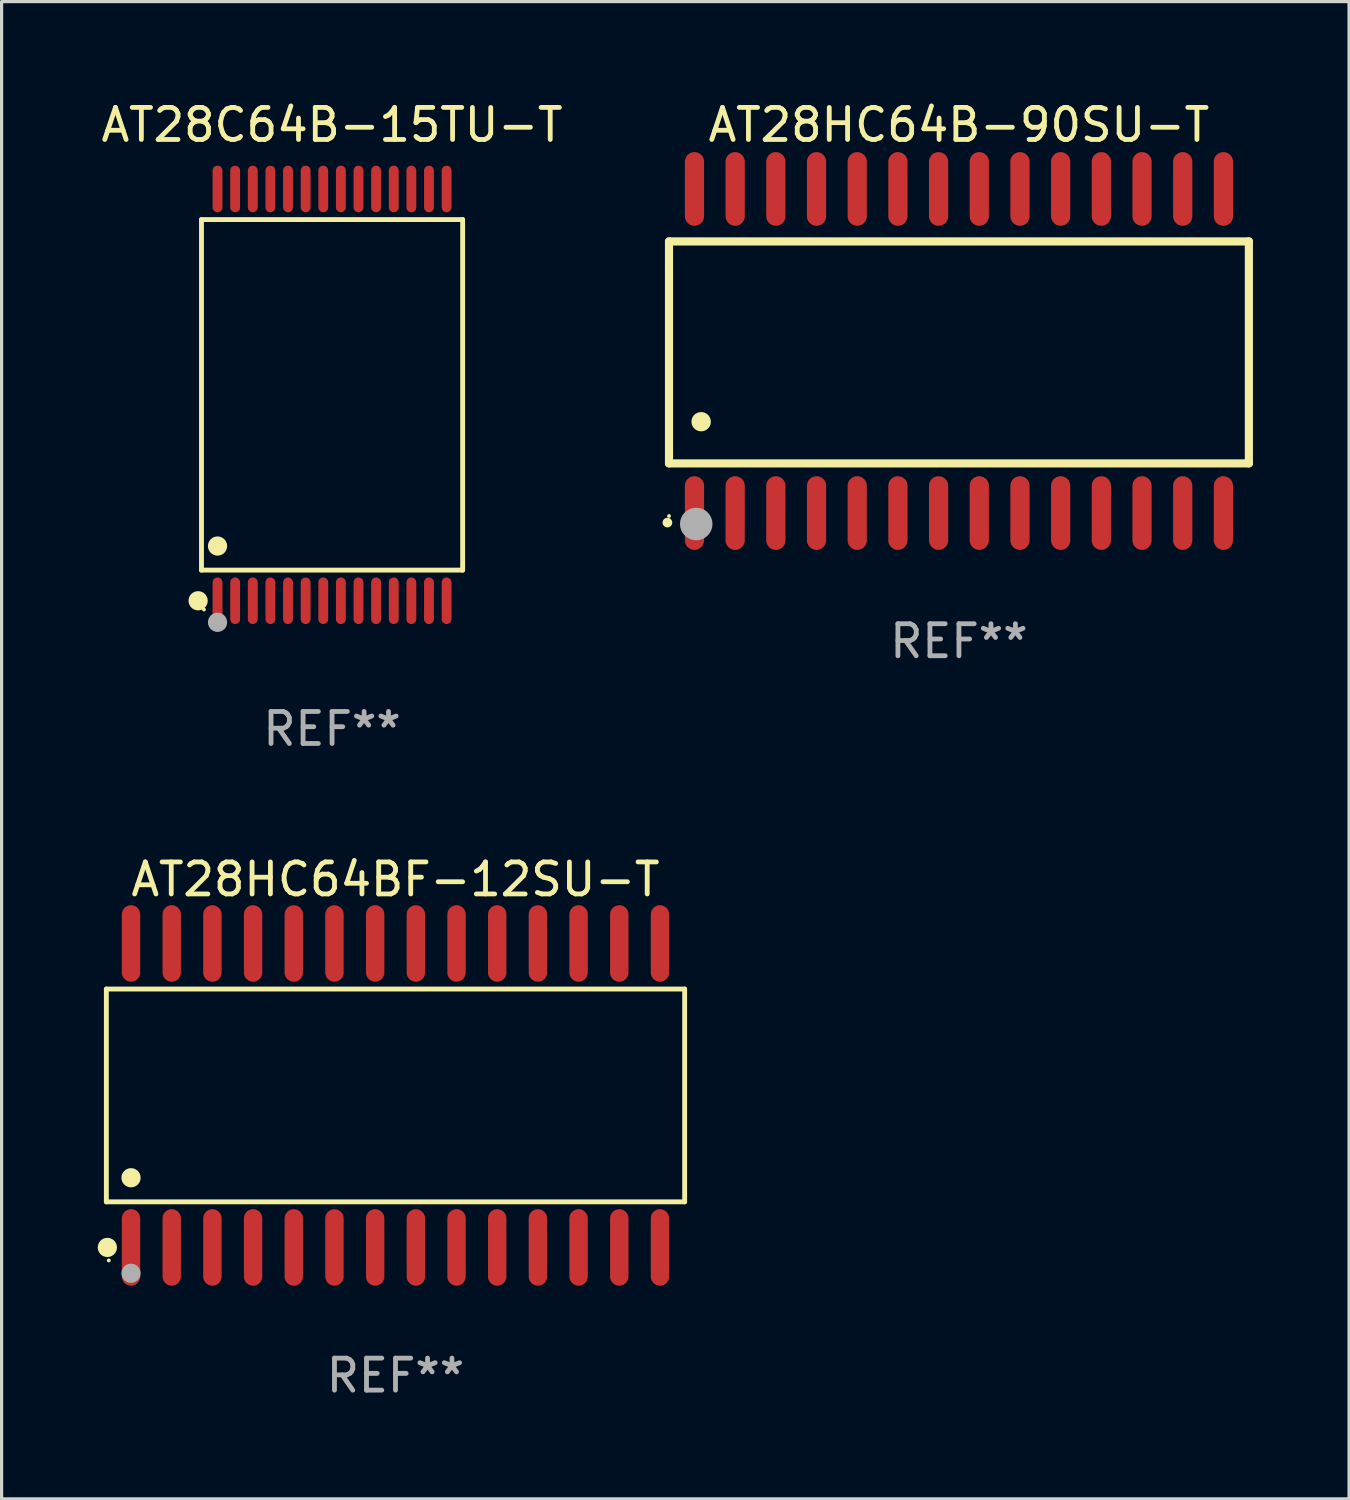
<source format=kicad_pcb>
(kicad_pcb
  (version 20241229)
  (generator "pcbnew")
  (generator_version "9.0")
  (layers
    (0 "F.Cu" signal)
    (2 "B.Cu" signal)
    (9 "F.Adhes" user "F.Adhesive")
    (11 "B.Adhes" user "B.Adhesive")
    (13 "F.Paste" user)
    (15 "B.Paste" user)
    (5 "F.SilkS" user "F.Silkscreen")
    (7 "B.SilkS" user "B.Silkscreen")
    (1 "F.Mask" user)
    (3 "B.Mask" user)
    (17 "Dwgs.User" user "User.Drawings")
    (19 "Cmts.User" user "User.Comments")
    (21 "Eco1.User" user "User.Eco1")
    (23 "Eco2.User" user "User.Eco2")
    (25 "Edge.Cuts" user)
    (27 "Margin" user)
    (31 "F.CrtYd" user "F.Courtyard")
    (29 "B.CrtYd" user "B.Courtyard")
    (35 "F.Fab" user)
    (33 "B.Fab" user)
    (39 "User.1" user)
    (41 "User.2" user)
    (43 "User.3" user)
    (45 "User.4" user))
  (footprint "AT28C64B-15TU-T"
    (layer "F.Cu")
    (at 7.315 9.275)
    (property "Reference" "AT28C64B-15TU-T" (at 0 -8.427 0) (layer "F.SilkS") (effects (font (size 1 1) (thickness 0.15))))
    (attr through_hole)
    (fp_line (start -4.076 -5.471) (end 4.076 -5.471) (stroke (width 0.152) (type solid)) (layer "F.SilkS"))
    (fp_line (start -4.076 5.471) (end -4.076 -5.471) (stroke (width 0.152) (type solid)) (layer "F.SilkS"))
    (fp_line (start 4.076 -5.471) (end 4.076 5.471) (stroke (width 0.152) (type solid)) (layer "F.SilkS"))
    (fp_line (start 4.076 5.471) (end -4.076 5.471) (stroke (width 0.152) (type solid)) (layer "F.SilkS"))
    (fp_circle (center -4.181 6.427) (end -4.031 6.427) (stroke (width 0.3) (type solid)) (fill no) (layer "F.SilkS"))
    (fp_circle (center -4 6.7) (end -3.97 6.7) (stroke (width 0.06) (type solid)) (fill no) (layer "F.SilkS"))
    (fp_circle (center -3.575 4.719) (end -3.425 4.719) (stroke (width 0.3) (type solid)) (fill no) (layer "F.SilkS"))
    (fp_circle (center -3.575 7.1) (end -3.425 7.1) (stroke (width 0.3) (type solid)) (fill no) (layer "F.Fab"))
    (fp_text user "REF**" (at 0 10.427 0) (layer "F.Fab") (effects (font (size 1 1) (thickness 0.15))))
    (pad "1" smd oval (at -3.575 6.427) (size 0.308 1.454) (layers "F.Cu" "F.Mask" "F.Paste"))
    (pad "2" smd oval (at -3.025 6.427) (size 0.308 1.454) (layers "F.Cu" "F.Mask" "F.Paste"))
    (pad "3" smd oval (at -2.475 6.427) (size 0.308 1.454) (layers "F.Cu" "F.Mask" "F.Paste"))
    (pad "4" smd oval (at -1.925 6.427) (size 0.308 1.454) (layers "F.Cu" "F.Mask" "F.Paste"))
    (pad "5" smd oval (at -1.375 6.427) (size 0.308 1.454) (layers "F.Cu" "F.Mask" "F.Paste"))
    (pad "6" smd oval (at -0.825 6.427) (size 0.308 1.454) (layers "F.Cu" "F.Mask" "F.Paste"))
    (pad "7" smd oval (at -0.275 6.427) (size 0.308 1.454) (layers "F.Cu" "F.Mask" "F.Paste"))
    (pad "8" smd oval (at 0.275 6.427) (size 0.308 1.454) (layers "F.Cu" "F.Mask" "F.Paste"))
    (pad "9" smd oval (at 0.825 6.427) (size 0.308 1.454) (layers "F.Cu" "F.Mask" "F.Paste"))
    (pad "10" smd oval (at 1.375 6.427) (size 0.308 1.454) (layers "F.Cu" "F.Mask" "F.Paste"))
    (pad "11" smd oval (at 1.925 6.427) (size 0.308 1.454) (layers "F.Cu" "F.Mask" "F.Paste"))
    (pad "12" smd oval (at 2.475 6.427) (size 0.308 1.454) (layers "F.Cu" "F.Mask" "F.Paste"))
    (pad "13" smd oval (at 3.025 6.427) (size 0.308 1.454) (layers "F.Cu" "F.Mask" "F.Paste"))
    (pad "14" smd oval (at 3.575 6.427) (size 0.308 1.454) (layers "F.Cu" "F.Mask" "F.Paste"))
    (pad "15" smd oval (at 3.575 -6.427) (size 0.308 1.454) (layers "F.Cu" "F.Mask" "F.Paste"))
    (pad "16" smd oval (at 3.025 -6.427) (size 0.308 1.454) (layers "F.Cu" "F.Mask" "F.Paste"))
    (pad "17" smd oval (at 2.475 -6.427) (size 0.308 1.454) (layers "F.Cu" "F.Mask" "F.Paste"))
    (pad "18" smd oval (at 1.925 -6.427) (size 0.308 1.454) (layers "F.Cu" "F.Mask" "F.Paste"))
    (pad "19" smd oval (at 1.375 -6.427) (size 0.308 1.454) (layers "F.Cu" "F.Mask" "F.Paste"))
    (pad "20" smd oval (at 0.825 -6.427) (size 0.308 1.454) (layers "F.Cu" "F.Mask" "F.Paste"))
    (pad "21" smd oval (at 0.275 -6.427) (size 0.308 1.454) (layers "F.Cu" "F.Mask" "F.Paste"))
    (pad "22" smd oval (at -0.275 -6.427) (size 0.308 1.454) (layers "F.Cu" "F.Mask" "F.Paste"))
    (pad "23" smd oval (at -0.825 -6.427) (size 0.308 1.454) (layers "F.Cu" "F.Mask" "F.Paste"))
    (pad "24" smd oval (at -1.375 -6.427) (size 0.308 1.454) (layers "F.Cu" "F.Mask" "F.Paste"))
    (pad "25" smd oval (at -1.925 -6.427) (size 0.308 1.454) (layers "F.Cu" "F.Mask" "F.Paste"))
    (pad "26" smd oval (at -2.475 -6.427) (size 0.308 1.454) (layers "F.Cu" "F.Mask" "F.Paste"))
    (pad "27" smd oval (at -3.025 -6.427) (size 0.308 1.454) (layers "F.Cu" "F.Mask" "F.Paste"))
    (pad "28" smd oval (at -3.575 -6.427) (size 0.308 1.454) (layers "F.Cu" "F.Mask" "F.Paste")))
  (footprint "AT28HC64B-90SU-T"
    (layer "F.Cu")
    (at 26.882 7.906)
    (property "Reference" "AT28HC64B-90SU-T" (at 0 -7.058 0) (layer "F.SilkS") (effects (font (size 1 1) (thickness 0.15))))
    (attr through_hole)
    (fp_line (start -9.05 -3.42) (end 9.05 -3.42) (stroke (width 0.254) (type solid)) (layer "F.SilkS"))
    (fp_line (start -9.05 -2.492) (end -9.05 -3.42) (stroke (width 0.254) (type solid)) (layer "F.SilkS"))
    (fp_line (start -9.05 3.508) (end -9.05 -2.492) (stroke (width 0.254) (type solid)) (layer "F.SilkS"))
    (fp_line (start 9.05 -3.42) (end 9.05 3.508) (stroke (width 0.254) (type solid)) (layer "F.SilkS"))
    (fp_line (start 9.05 3.508) (end -9.05 3.508) (stroke (width 0.254) (type solid)) (layer "F.SilkS"))
    (fp_arc (start -9.100838 5.35649) (mid -9.099568 5.356485) (end -9.098298 5.35649) (stroke (width 0.3) (type solid)) (layer "F.SilkS"))
    (fp_arc (start -8.049276 2.206883) (mid -8.046736 2.206872) (end -8.044196 2.206883) (stroke (width 0.6) (type solid)) (layer "F.SilkS"))
    (fp_circle (center -9.05 5.15) (end -9.02 5.15) (stroke (width 0.06) (type solid)) (fill no) (layer "F.SilkS"))
    (fp_circle (center -8.2 5.4) (end -7.946 5.4) (stroke (width 0.508) (type solid)) (fill no) (layer "F.Fab"))
    (fp_text user "REF**" (at 0 9.058 0) (layer "F.Fab") (effects (font (size 1 1) (thickness 0.15))))
    (pad "1" smd oval (at -8.255 5.058 180) (size 0.6 2.3) (layers "F.Cu" "F.Mask" "F.Paste"))
    (pad "2" smd oval (at -6.985 5.058 180) (size 0.6 2.3) (layers "F.Cu" "F.Mask" "F.Paste"))
    (pad "3" smd oval (at -5.715 5.058 180) (size 0.6 2.3) (layers "F.Cu" "F.Mask" "F.Paste"))
    (pad "4" smd oval (at -4.445 5.058 180) (size 0.6 2.3) (layers "F.Cu" "F.Mask" "F.Paste"))
    (pad "5" smd oval (at -3.175 5.058 180) (size 0.6 2.3) (layers "F.Cu" "F.Mask" "F.Paste"))
    (pad "6" smd oval (at -1.905 5.058 180) (size 0.6 2.3) (layers "F.Cu" "F.Mask" "F.Paste"))
    (pad "7" smd oval (at -0.635 5.058 180) (size 0.6 2.3) (layers "F.Cu" "F.Mask" "F.Paste"))
    (pad "8" smd oval (at 0.635 5.058 180) (size 0.6 2.3) (layers "F.Cu" "F.Mask" "F.Paste"))
    (pad "9" smd oval (at 1.905 5.058 180) (size 0.6 2.3) (layers "F.Cu" "F.Mask" "F.Paste"))
    (pad "10" smd oval (at 3.175 5.058 180) (size 0.6 2.3) (layers "F.Cu" "F.Mask" "F.Paste"))
    (pad "11" smd oval (at 4.445 5.058 180) (size 0.6 2.3) (layers "F.Cu" "F.Mask" "F.Paste"))
    (pad "12" smd oval (at 5.715 5.058 180) (size 0.6 2.3) (layers "F.Cu" "F.Mask" "F.Paste"))
    (pad "13" smd oval (at 6.985 5.058 180) (size 0.6 2.3) (layers "F.Cu" "F.Mask" "F.Paste"))
    (pad "14" smd oval (at 8.255 5.058 180) (size 0.6 2.3) (layers "F.Cu" "F.Mask" "F.Paste"))
    (pad "15" smd oval (at 8.255 -5.058 180) (size 0.6 2.3) (layers "F.Cu" "F.Mask" "F.Paste"))
    (pad "16" smd oval (at 6.985 -5.058 180) (size 0.6 2.3) (layers "F.Cu" "F.Mask" "F.Paste"))
    (pad "17" smd oval (at 5.715 -5.058 180) (size 0.6 2.3) (layers "F.Cu" "F.Mask" "F.Paste"))
    (pad "18" smd oval (at 4.445 -5.058 180) (size 0.6 2.3) (layers "F.Cu" "F.Mask" "F.Paste"))
    (pad "19" smd oval (at 3.175 -5.058 180) (size 0.6 2.3) (layers "F.Cu" "F.Mask" "F.Paste"))
    (pad "20" smd oval (at 1.905 -5.058 180) (size 0.6 2.3) (layers "F.Cu" "F.Mask" "F.Paste"))
    (pad "21" smd oval (at 0.635 -5.058 180) (size 0.6 2.3) (layers "F.Cu" "F.Mask" "F.Paste"))
    (pad "22" smd oval (at -0.635 -5.058 180) (size 0.6 2.3) (layers "F.Cu" "F.Mask" "F.Paste"))
    (pad "23" smd oval (at -1.905 -5.058 180) (size 0.6 2.3) (layers "F.Cu" "F.Mask" "F.Paste"))
    (pad "24" smd oval (at -3.175 -5.058 180) (size 0.6 2.3) (layers "F.Cu" "F.Mask" "F.Paste"))
    (pad "25" smd oval (at -4.445 -5.058 180) (size 0.6 2.3) (layers "F.Cu" "F.Mask" "F.Paste"))
    (pad "26" smd oval (at -5.715 -5.058 180) (size 0.6 2.3) (layers "F.Cu" "F.Mask" "F.Paste"))
    (pad "27" smd oval (at -6.985 -5.058 180) (size 0.6 2.3) (layers "F.Cu" "F.Mask" "F.Paste"))
    (pad "28" smd oval (at -8.255 -5.058 180) (size 0.6 2.3) (layers "F.Cu" "F.Mask" "F.Paste")))
  (footprint "AT28HC64BF-12SU-T"
    (layer "F.Cu")
    (at 9.295 31.143)
    (property "Reference" "AT28HC64BF-12SU-T" (at 0 -6.744 0) (layer "F.SilkS") (effects (font (size 1 1) (thickness 0.15))))
    (attr through_hole)
    (fp_line (start -9.026 -3.321) (end 9.026 -3.321) (stroke (width 0.152) (type solid)) (layer "F.SilkS"))
    (fp_line (start -9.026 3.321) (end -9.026 -3.321) (stroke (width 0.152) (type solid)) (layer "F.SilkS"))
    (fp_line (start 9.026 -3.321) (end 9.026 3.321) (stroke (width 0.152) (type solid)) (layer "F.SilkS"))
    (fp_line (start 9.026 3.321) (end -9.026 3.321) (stroke (width 0.152) (type solid)) (layer "F.SilkS"))
    (fp_circle (center -8.994 4.744) (end -8.844 4.744) (stroke (width 0.3) (type solid)) (fill no) (layer "F.SilkS"))
    (fp_circle (center -8.95 5.15) (end -8.92 5.15) (stroke (width 0.06) (type solid)) (fill no) (layer "F.SilkS"))
    (fp_circle (center -8.255 2.569) (end -8.105 2.569) (stroke (width 0.3) (type solid)) (fill no) (layer "F.SilkS"))
    (fp_circle (center -8.255 5.55) (end -8.105 5.55) (stroke (width 0.3) (type solid)) (fill no) (layer "F.Fab"))
    (fp_text user "REF**" (at 0 8.744 0) (layer "F.Fab") (effects (font (size 1 1) (thickness 0.15))))
    (pad "1" smd oval (at -8.255 4.744) (size 0.574 2.388) (layers "F.Cu" "F.Mask" "F.Paste"))
    (pad "2" smd oval (at -6.985 4.744) (size 0.574 2.388) (layers "F.Cu" "F.Mask" "F.Paste"))
    (pad "3" smd oval (at -5.715 4.744) (size 0.574 2.388) (layers "F.Cu" "F.Mask" "F.Paste"))
    (pad "4" smd oval (at -4.445 4.744) (size 0.574 2.388) (layers "F.Cu" "F.Mask" "F.Paste"))
    (pad "5" smd oval (at -3.175 4.744) (size 0.574 2.388) (layers "F.Cu" "F.Mask" "F.Paste"))
    (pad "6" smd oval (at -1.905 4.744) (size 0.574 2.388) (layers "F.Cu" "F.Mask" "F.Paste"))
    (pad "7" smd oval (at -0.635 4.744) (size 0.574 2.388) (layers "F.Cu" "F.Mask" "F.Paste"))
    (pad "8" smd oval (at 0.635 4.744) (size 0.574 2.388) (layers "F.Cu" "F.Mask" "F.Paste"))
    (pad "9" smd oval (at 1.905 4.744) (size 0.574 2.388) (layers "F.Cu" "F.Mask" "F.Paste"))
    (pad "10" smd oval (at 3.175 4.744) (size 0.574 2.388) (layers "F.Cu" "F.Mask" "F.Paste"))
    (pad "11" smd oval (at 4.445 4.744) (size 0.574 2.388) (layers "F.Cu" "F.Mask" "F.Paste"))
    (pad "12" smd oval (at 5.715 4.744) (size 0.574 2.388) (layers "F.Cu" "F.Mask" "F.Paste"))
    (pad "13" smd oval (at 6.985 4.744) (size 0.574 2.388) (layers "F.Cu" "F.Mask" "F.Paste"))
    (pad "14" smd oval (at 8.255 4.744) (size 0.574 2.388) (layers "F.Cu" "F.Mask" "F.Paste"))
    (pad "15" smd oval (at 8.255 -4.744) (size 0.574 2.388) (layers "F.Cu" "F.Mask" "F.Paste"))
    (pad "16" smd oval (at 6.985 -4.744) (size 0.574 2.388) (layers "F.Cu" "F.Mask" "F.Paste"))
    (pad "17" smd oval (at 5.715 -4.744) (size 0.574 2.388) (layers "F.Cu" "F.Mask" "F.Paste"))
    (pad "18" smd oval (at 4.445 -4.744) (size 0.574 2.388) (layers "F.Cu" "F.Mask" "F.Paste"))
    (pad "19" smd oval (at 3.175 -4.744) (size 0.574 2.388) (layers "F.Cu" "F.Mask" "F.Paste"))
    (pad "20" smd oval (at 1.905 -4.744) (size 0.574 2.388) (layers "F.Cu" "F.Mask" "F.Paste"))
    (pad "21" smd oval (at 0.635 -4.744) (size 0.574 2.388) (layers "F.Cu" "F.Mask" "F.Paste"))
    (pad "22" smd oval (at -0.635 -4.744) (size 0.574 2.388) (layers "F.Cu" "F.Mask" "F.Paste"))
    (pad "23" smd oval (at -1.905 -4.744) (size 0.574 2.388) (layers "F.Cu" "F.Mask" "F.Paste"))
    (pad "24" smd oval (at -3.175 -4.744) (size 0.574 2.388) (layers "F.Cu" "F.Mask" "F.Paste"))
    (pad "25" smd oval (at -4.445 -4.744) (size 0.574 2.388) (layers "F.Cu" "F.Mask" "F.Paste"))
    (pad "26" smd oval (at -5.715 -4.744) (size 0.574 2.388) (layers "F.Cu" "F.Mask" "F.Paste"))
    (pad "27" smd oval (at -6.985 -4.744) (size 0.574 2.388) (layers "F.Cu" "F.Mask" "F.Paste"))
    (pad "28" smd oval (at -8.255 -4.744) (size 0.574 2.388) (layers "F.Cu" "F.Mask" "F.Paste")))
  (gr_rect
    (start -3 -3)
    (end 39.059 43.735)
    (stroke (width 0.1) (type default))
    (fill no)
    (layer "Edge.Cuts")))
</source>
